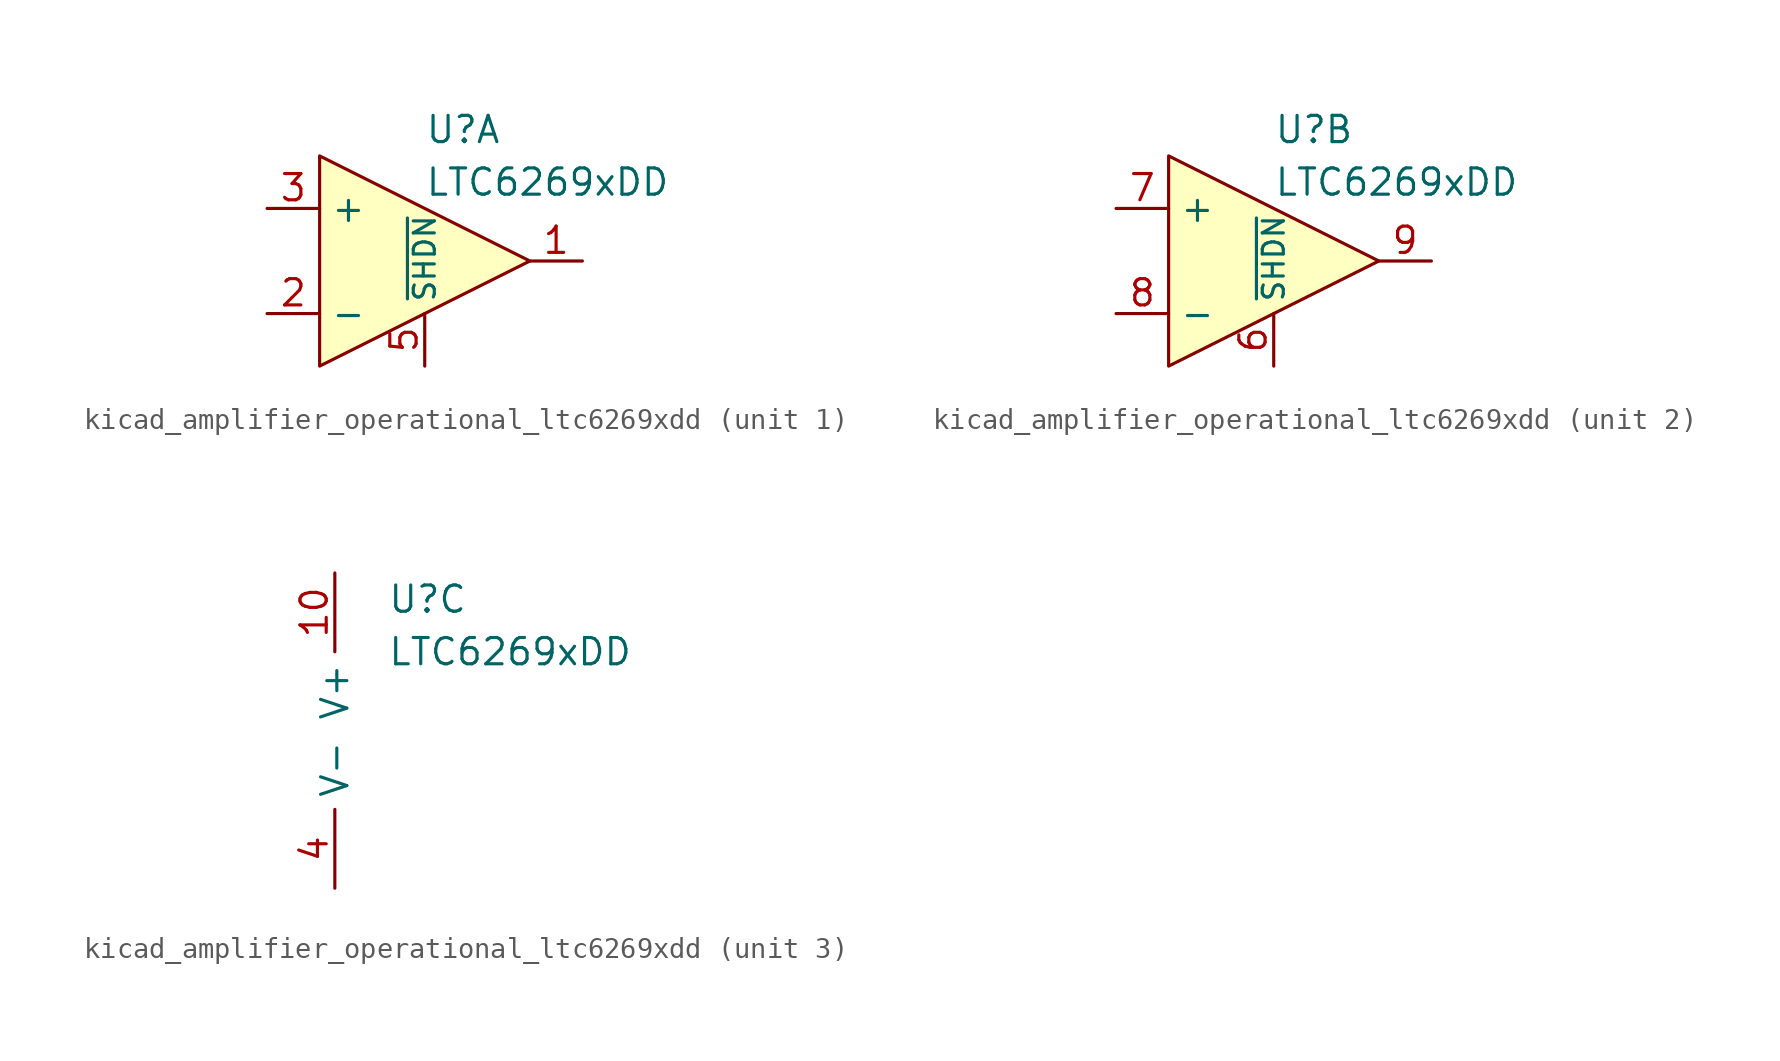
<source format=kicad_sym>
(kicad_symbol_lib
  (version 20220914)
  (generator kicad_symbol_editor)
  (symbol "kicad_amplifier_operational_ltc6269xdd"
    (property "Reference" "U"
      (at 0 6.35 0)
      (effects (font (size 1.27 1.27)) (justify left)))
    (property "Value" "LTC6269xDD"
      (at 0 3.81 0)
      (effects (font (size 1.27 1.27)) (justify left)))
    (symbol "kicad_amplifier_operational_ltc6269xdd_1_1"
      (polyline (pts (xy -5.08 5.08) (xy 5.08 0) (xy -5.08 -5.08) (xy -5.08 5.08)) (stroke (width 0) (type default)) (fill (type background)))
      (pin output line (at 7.62 0 180) (length 2.54) (name "~" (effects (font (size 1.27 1.27)))) (number "1" (effects (font (size 1.27 1.27)))))
      (pin input line (at -7.62 -2.54 0) (length 2.54) (name "-" (effects (font (size 1.27 1.27)))) (number "2" (effects (font (size 1.27 1.27)))))
      (pin input line (at -7.62 2.54 0) (length 2.54) (name "+" (effects (font (size 1.27 1.27)))) (number "3" (effects (font (size 1.27 1.27)))))
      (pin input line (at 0 -5.08 90) (length 2.54) (name "~{SHDN}" (effects (font (size 1.016 1.016)))) (number "5" (effects (font (size 1.27 1.27))))))
    (symbol "kicad_amplifier_operational_ltc6269xdd_2_1"
      (polyline (pts (xy -5.08 5.08) (xy 5.08 0) (xy -5.08 -5.08) (xy -5.08 5.08)) (stroke (width 0) (type default)) (fill (type background)))
      (pin input line (at 0 -5.08 90) (length 2.54) (name "~{SHDN}" (effects (font (size 1.016 1.016)))) (number "6" (effects (font (size 1.27 1.27)))))
      (pin input line (at -7.62 2.54 0) (length 2.54) (name "+" (effects (font (size 1.27 1.27)))) (number "7" (effects (font (size 1.27 1.27)))))
      (pin input line (at -7.62 -2.54 0) (length 2.54) (name "-" (effects (font (size 1.27 1.27)))) (number "8" (effects (font (size 1.27 1.27)))))
      (pin output line (at 7.62 0 180) (length 2.54) (name "~" (effects (font (size 1.27 1.27)))) (number "9" (effects (font (size 1.27 1.27))))))
    (symbol "kicad_amplifier_operational_ltc6269xdd_3_1"
      (pin power_in line (at -2.54 7.62 270) (length 3.81) (name "V+" (effects (font (size 1.27 1.27)))) (number "10" (effects (font (size 1.27 1.27)))))
      (pin passive line (at -2.54 -7.62 90) (length 3.81) hide (name "V-" (effects (font (size 1.27 1.27)))) (number "11" (effects (font (size 1.27 1.27)))))
      (pin power_in line (at -2.54 -7.62 90) (length 3.81) (name "V-" (effects (font (size 1.27 1.27)))) (number "4" (effects (font (size 1.27 1.27))))))))
</source>
